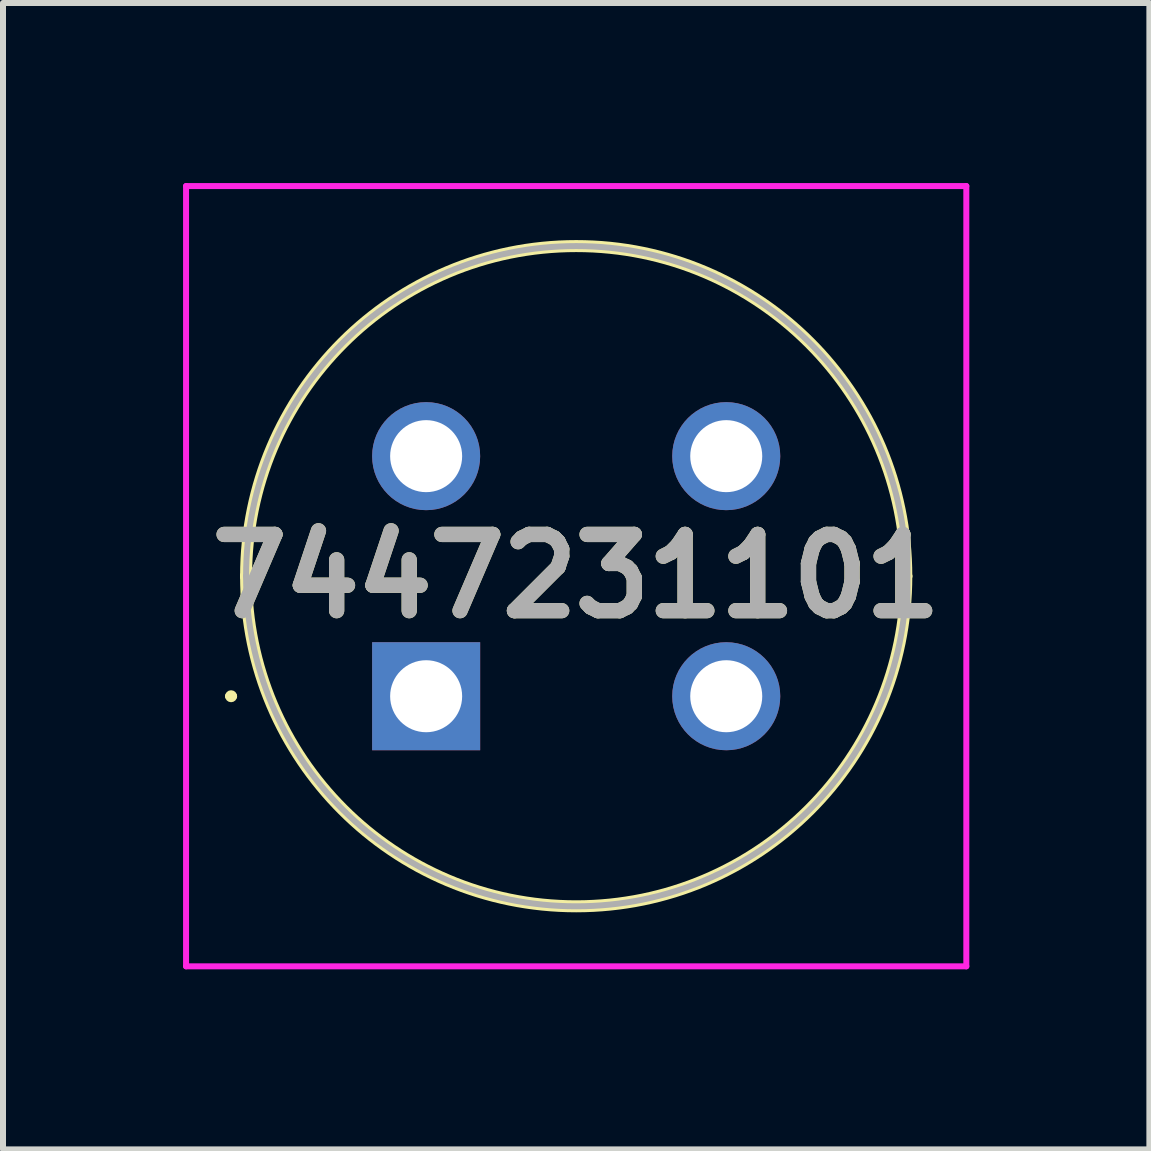
<source format=kicad_pcb>
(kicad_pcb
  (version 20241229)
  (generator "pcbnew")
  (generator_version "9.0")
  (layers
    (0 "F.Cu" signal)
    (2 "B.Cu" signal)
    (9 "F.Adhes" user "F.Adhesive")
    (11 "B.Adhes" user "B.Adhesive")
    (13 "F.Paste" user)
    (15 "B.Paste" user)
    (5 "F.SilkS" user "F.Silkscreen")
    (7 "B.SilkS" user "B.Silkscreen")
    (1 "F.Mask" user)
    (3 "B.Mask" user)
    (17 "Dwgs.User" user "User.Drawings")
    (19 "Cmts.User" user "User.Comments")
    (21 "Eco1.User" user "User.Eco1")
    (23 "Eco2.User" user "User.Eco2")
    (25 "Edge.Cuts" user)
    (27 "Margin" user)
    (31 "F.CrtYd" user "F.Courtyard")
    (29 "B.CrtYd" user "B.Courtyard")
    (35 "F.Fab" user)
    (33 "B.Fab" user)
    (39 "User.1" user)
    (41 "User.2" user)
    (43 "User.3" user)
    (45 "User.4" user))
  (footprint "7447231101"
    (layer "F.Cu")
    (at 4.05 8.55)
    (property "Reference" "7447231101" (at 2.5 -2 0) (layer "F.SilkS") (effects (font (size 1.27 1.27) (thickness 0.254))))
    (attr through_hole)
    (fp_line (start -3.3 0) (end -3.3 0) (stroke (width 0.1) (type solid)) (layer "F.SilkS"))
    (fp_line (start -3.2 0) (end -3.2 0) (stroke (width 0.1) (type solid)) (layer "F.SilkS"))
    (fp_line (start -3 -2) (end -3 -2) (stroke (width 0.2) (type solid)) (layer "F.SilkS"))
    (fp_line (start 8 -2) (end 8 -2) (stroke (width 0.2) (type solid)) (layer "F.SilkS"))
    (fp_arc (start -3.3 0) (mid -3.25 -0.05) (end -3.2 0) (stroke (width 0.1) (type solid)) (layer "F.SilkS"))
    (fp_arc (start -3.2 0) (mid -3.25 0.05) (end -3.3 0) (stroke (width 0.1) (type solid)) (layer "F.SilkS"))
    (fp_arc (start -3 -2) (mid 2.5 -7.5) (end 8 -2) (stroke (width 0.2) (type solid)) (layer "F.SilkS"))
    (fp_arc (start 8 -2) (mid 2.5 3.5) (end -3 -2) (stroke (width 0.2) (type solid)) (layer "F.SilkS"))
    (fp_line (start -4 -8.5) (end 9 -8.5) (stroke (width 0.1) (type solid)) (layer "F.CrtYd"))
    (fp_line (start -4 4.5) (end -4 -8.5) (stroke (width 0.1) (type solid)) (layer "F.CrtYd"))
    (fp_line (start 9 -8.5) (end 9 4.5) (stroke (width 0.1) (type solid)) (layer "F.CrtYd"))
    (fp_line (start 9 4.5) (end -4 4.5) (stroke (width 0.1) (type solid)) (layer "F.CrtYd"))
    (fp_line (start -3 -2) (end -3 -2) (stroke (width 0.1) (type solid)) (layer "F.Fab"))
    (fp_line (start 8 -2) (end 8 -2) (stroke (width 0.1) (type solid)) (layer "F.Fab"))
    (fp_arc (start -3 -2) (mid 2.5 -7.5) (end 8 -2) (stroke (width 0.1) (type solid)) (layer "F.Fab"))
    (fp_arc (start 8 -2) (mid 2.5 3.5) (end -3 -2) (stroke (width 0.1) (type solid)) (layer "F.Fab"))
    (fp_text user "${REFERENCE}" (at 2.5 -2 0) (layer "F.Fab") (effects (font (size 1.27 1.27) (thickness 0.254))))
    (pad "1" thru_hole rect (at 0 0) (size 1.8 1.8) (drill 1.2) (layers "*.Cu" "*.Mask"))
    (pad "2" thru_hole circle (at 5 0) (size 1.8 1.8) (drill 1.2) (layers "*.Cu" "*.Mask"))
    (pad "3" thru_hole circle (at 0 -4) (size 1.8 1.8) (drill 1.2) (layers "*.Cu" "*.Mask"))
    (pad "4" thru_hole circle (at 5 -4) (size 1.8 1.8) (drill 1.2) (layers "*.Cu" "*.Mask")))
  (gr_rect
    (start -3 -3)
    (end 16.1 16.1)
    (stroke (width 0.1) (type default))
    (fill no)
    (layer "Edge.Cuts")))
</source>
